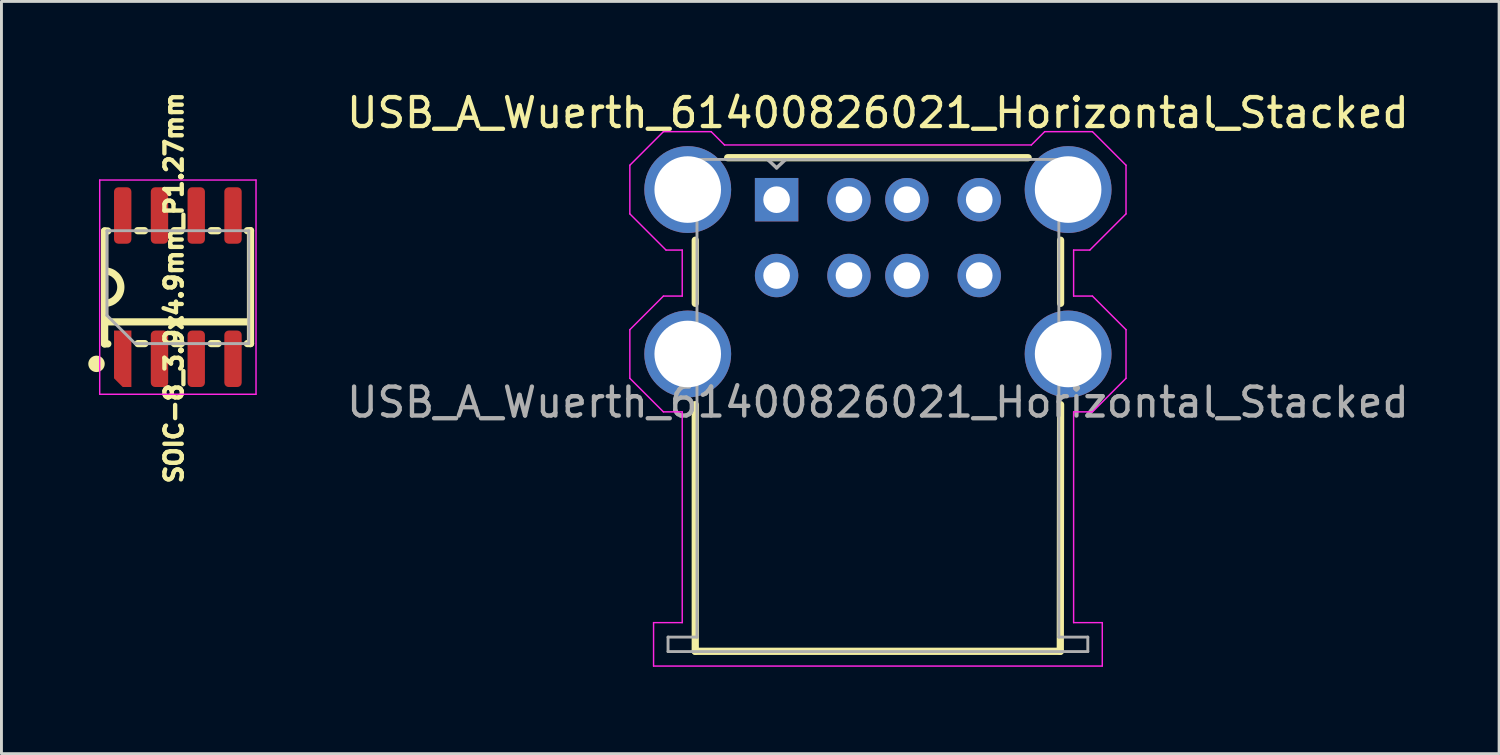
<source format=kicad_pcb>
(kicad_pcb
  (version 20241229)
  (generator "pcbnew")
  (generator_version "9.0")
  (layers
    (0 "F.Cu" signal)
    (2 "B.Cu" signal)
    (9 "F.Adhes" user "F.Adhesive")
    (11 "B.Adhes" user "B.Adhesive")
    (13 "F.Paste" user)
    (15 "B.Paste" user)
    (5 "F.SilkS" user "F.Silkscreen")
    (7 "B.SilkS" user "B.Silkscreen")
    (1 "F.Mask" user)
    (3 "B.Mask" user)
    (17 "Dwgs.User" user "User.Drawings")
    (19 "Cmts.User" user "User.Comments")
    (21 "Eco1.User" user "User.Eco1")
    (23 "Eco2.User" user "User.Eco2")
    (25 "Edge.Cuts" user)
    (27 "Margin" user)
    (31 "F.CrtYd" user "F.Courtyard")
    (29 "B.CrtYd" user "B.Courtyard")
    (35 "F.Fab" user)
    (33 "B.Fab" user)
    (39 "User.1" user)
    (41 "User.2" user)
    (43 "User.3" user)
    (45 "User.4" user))
  (footprint "SOIC-8_3.9x4.9mm_P1.27mm"
    (layer "F.Cu")
    (at 3.069 6.844)
    (property "Reference" "SOIC-8_3.9x4.9mm_P1.27mm" (at -0.11 0.05 270) (layer "F.SilkS") (effects (font (size 0.6 0.6) (thickness 0.15))))
    (attr smd)
    (fp_line (start -2.505 -1.915) (end -2.505 1.985) (stroke (width 0.25) (type solid)) (layer "F.SilkS"))
    (fp_line (start -2.475 1.225) (end 2.525 1.225) (stroke (width 0.25) (type default)) (layer "F.SilkS"))
    (fp_line (start -2.395 -1.915) (end -2.505 -1.915) (stroke (width 0.25) (type solid)) (layer "F.SilkS"))
    (fp_line (start -2.395 1.985) (end -2.505 1.985) (stroke (width 0.25) (type solid)) (layer "F.SilkS"))
    (fp_line (start -1.125 -1.925) (end -1.365 -1.925) (stroke (width 0.25) (type solid)) (layer "F.SilkS"))
    (fp_line (start -1.115 1.975) (end -1.355 1.975) (stroke (width 0.25) (type solid)) (layer "F.SilkS"))
    (fp_line (start 0.135 -1.925) (end -0.105 -1.925) (stroke (width 0.25) (type solid)) (layer "F.SilkS"))
    (fp_line (start 0.145 1.975) (end -0.095 1.975) (stroke (width 0.25) (type solid)) (layer "F.SilkS"))
    (fp_line (start 1.415 -1.925) (end 1.175 -1.925) (stroke (width 0.25) (type solid)) (layer "F.SilkS"))
    (fp_line (start 1.415 1.975) (end 1.175 1.975) (stroke (width 0.25) (type solid)) (layer "F.SilkS"))
    (fp_line (start 2.425 -1.925) (end 2.535 -1.925) (stroke (width 0.25) (type solid)) (layer "F.SilkS"))
    (fp_line (start 2.425 1.975) (end 2.535 1.975) (stroke (width 0.25) (type solid)) (layer "F.SilkS"))
    (fp_line (start 2.535 1.975) (end 2.535 -1.925) (stroke (width 0.25) (type solid)) (layer "F.SilkS"))
    (fp_arc (start -2.505 -0.535) (mid -1.941676 0.025029) (end -2.505 0.585057) (stroke (width 0.25) (type solid)) (layer "F.SilkS"))
    (fp_circle (center -2.785 2.675) (end -2.785 2.451) (stroke (width 0.12) (type solid)) (fill yes) (layer "F.SilkS"))
    (fp_line (start -2.675 -3.675) (end -2.675 3.725) (stroke (width 0.05) (type solid)) (layer "F.CrtYd"))
    (fp_line (start -2.675 3.725) (end 2.725 3.725) (stroke (width 0.05) (type solid)) (layer "F.CrtYd"))
    (fp_line (start 2.725 -3.675) (end -2.675 -3.675) (stroke (width 0.05) (type solid)) (layer "F.CrtYd"))
    (fp_line (start 2.725 3.725) (end 2.725 -3.675) (stroke (width 0.05) (type solid)) (layer "F.CrtYd"))
    (fp_line (start -2.425 -1.925) (end 2.475 -1.925) (stroke (width 0.1) (type solid)) (layer "F.Fab"))
    (fp_line (start -2.425 1) (end -2.425 -1.925) (stroke (width 0.1) (type solid)) (layer "F.Fab"))
    (fp_line (start -1.45 1.975) (end -2.425 1) (stroke (width 0.1) (type solid)) (layer "F.Fab"))
    (fp_line (start 2.475 -1.925) (end 2.475 1.975) (stroke (width 0.1) (type solid)) (layer "F.Fab"))
    (fp_line (start 2.475 1.975) (end -1.45 1.975) (stroke (width 0.1) (type solid)) (layer "F.Fab"))
    (pad "1" smd roundrect (at -1.88 2.5 90) (size 1.95 0.6) (layers "F.Cu" "F.Mask" "F.Paste") (roundrect_rratio 0) (chamfer_ratio 0.5) (chamfer top_left))
    (pad "2" smd roundrect (at -0.61 2.5 90) (size 1.95 0.6) (layers "F.Cu" "F.Mask" "F.Paste") (roundrect_rratio 0.25))
    (pad "3" smd roundrect (at 0.66 2.5 90) (size 1.95 0.6) (layers "F.Cu" "F.Mask" "F.Paste") (roundrect_rratio 0.25))
    (pad "4" smd roundrect (at 1.93 2.5 90) (size 1.95 0.6) (layers "F.Cu" "F.Mask" "F.Paste") (roundrect_rratio 0.25))
    (pad "5" smd roundrect (at 1.93 -2.45 90) (size 1.95 0.6) (layers "F.Cu" "F.Mask" "F.Paste") (roundrect_rratio 0.25))
    (pad "6" smd roundrect (at 0.66 -2.45 90) (size 1.95 0.6) (layers "F.Cu" "F.Mask" "F.Paste") (roundrect_rratio 0.25))
    (pad "7" smd roundrect (at -0.61 -2.45 90) (size 1.95 0.6) (layers "F.Cu" "F.Mask" "F.Paste") (roundrect_rratio 0.25))
    (pad "8" smd roundrect (at -1.88 -2.45 90) (size 1.95 0.6) (layers "F.Cu" "F.Mask" "F.Paste") (roundrect_rratio 0.25)))
  (footprint "USB_A_Wuerth_61400826021_Horizontal_Stacked"
    (layer "F.Cu")
    (at 23.777 3.848)
    (property "Reference" "USB_A_Wuerth_61400826021_Horizontal_Stacked" (at 3.5 -3 0) (layer "F.SilkS") (effects (font (size 1 1) (thickness 0.15))))
    (attr through_hole)
    (fp_line (start -2.81 3.58) (end -2.81 1.4) (stroke (width 0.25) (type solid)) (layer "F.SilkS"))
    (fp_line (start -2.81 15.6) (end -2.81 7.08) (stroke (width 0.25) (type solid)) (layer "F.SilkS"))
    (fp_line (start -2.81 15.6) (end 9.8 15.6) (stroke (width 0.25) (type solid)) (layer "F.SilkS"))
    (fp_line (start -1.69 -1.45) (end 8.69 -1.45) (stroke (width 0.25) (type solid)) (layer "F.SilkS"))
    (fp_line (start 9.81 3.58) (end 9.81 1.4) (stroke (width 0.25) (type solid)) (layer "F.SilkS"))
    (fp_line (start 9.81 7.08) (end 9.8 15.6) (stroke (width 0.25) (type solid)) (layer "F.SilkS"))
    (fp_line (start -5.07 -1.19) (end -5.07 0.49) (stroke (width 0.05) (type solid)) (layer "F.CrtYd"))
    (fp_line (start -5.07 0.49) (end -3.82 1.74) (stroke (width 0.05) (type solid)) (layer "F.CrtYd"))
    (fp_line (start -5.07 4.49) (end -5.07 6.17) (stroke (width 0.05) (type solid)) (layer "F.CrtYd"))
    (fp_line (start -5.07 6.17) (end -3.91 7.33) (stroke (width 0.05) (type solid)) (layer "F.CrtYd"))
    (fp_line (start -4.25 14.61) (end -4.25 16.11) (stroke (width 0.05) (type solid)) (layer "F.CrtYd"))
    (fp_line (start -4.25 16.11) (end 11.25 16.11) (stroke (width 0.05) (type solid)) (layer "F.CrtYd"))
    (fp_line (start -3.91 -2.35) (end -5.07 -1.19) (stroke (width 0.05) (type solid)) (layer "F.CrtYd"))
    (fp_line (start -3.91 3.33) (end -5.07 4.49) (stroke (width 0.05) (type solid)) (layer "F.CrtYd"))
    (fp_line (start -3.91 3.33) (end -3.26 3.33) (stroke (width 0.05) (type solid)) (layer "F.CrtYd"))
    (fp_line (start -3.82 1.74) (end -3.26 1.74) (stroke (width 0.05) (type solid)) (layer "F.CrtYd"))
    (fp_line (start -3.26 1.74) (end -3.26 3.33) (stroke (width 0.05) (type solid)) (layer "F.CrtYd"))
    (fp_line (start -3.26 7.33) (end -3.91 7.33) (stroke (width 0.05) (type solid)) (layer "F.CrtYd"))
    (fp_line (start -3.26 7.33) (end -3.26 14.61) (stroke (width 0.05) (type solid)) (layer "F.CrtYd"))
    (fp_line (start -3.26 14.61) (end -4.25 14.61) (stroke (width 0.05) (type solid)) (layer "F.CrtYd"))
    (fp_line (start -2.26 -2.35) (end -3.91 -2.35) (stroke (width 0.05) (type solid)) (layer "F.CrtYd"))
    (fp_line (start -2.26 -2.35) (end -1.8 -1.89) (stroke (width 0.05) (type solid)) (layer "F.CrtYd"))
    (fp_line (start 8.8 -1.89) (end -1.8 -1.89) (stroke (width 0.05) (type solid)) (layer "F.CrtYd"))
    (fp_line (start 9.26 -2.35) (end 8.8 -1.89) (stroke (width 0.05) (type solid)) (layer "F.CrtYd"))
    (fp_line (start 10.26 1.74) (end 10.26 3.33) (stroke (width 0.05) (type solid)) (layer "F.CrtYd"))
    (fp_line (start 10.26 1.74) (end 10.82 1.74) (stroke (width 0.05) (type solid)) (layer "F.CrtYd"))
    (fp_line (start 10.26 3.33) (end 10.91 3.33) (stroke (width 0.05) (type solid)) (layer "F.CrtYd"))
    (fp_line (start 10.26 7.33) (end 10.26 14.61) (stroke (width 0.05) (type solid)) (layer "F.CrtYd"))
    (fp_line (start 10.26 7.33) (end 10.91 7.33) (stroke (width 0.05) (type solid)) (layer "F.CrtYd"))
    (fp_line (start 10.26 14.61) (end 11.25 14.61) (stroke (width 0.05) (type solid)) (layer "F.CrtYd"))
    (fp_line (start 10.91 -2.35) (end 9.26 -2.35) (stroke (width 0.05) (type solid)) (layer "F.CrtYd"))
    (fp_line (start 10.91 -2.35) (end 12.07 -1.19) (stroke (width 0.05) (type solid)) (layer "F.CrtYd"))
    (fp_line (start 10.91 3.33) (end 12.07 4.49) (stroke (width 0.05) (type solid)) (layer "F.CrtYd"))
    (fp_line (start 11.25 14.61) (end 11.25 16.11) (stroke (width 0.05) (type solid)) (layer "F.CrtYd"))
    (fp_line (start 12.07 -1.19) (end 12.07 0.49) (stroke (width 0.05) (type solid)) (layer "F.CrtYd"))
    (fp_line (start 12.07 0.49) (end 10.82 1.74) (stroke (width 0.05) (type solid)) (layer "F.CrtYd"))
    (fp_line (start 12.07 4.49) (end 12.07 6.17) (stroke (width 0.05) (type solid)) (layer "F.CrtYd"))
    (fp_line (start 12.07 6.17) (end 10.91 7.33) (stroke (width 0.05) (type solid)) (layer "F.CrtYd"))
    (fp_line (start -3.75 15.11) (end -3.75 15.61) (stroke (width 0.1) (type solid)) (layer "F.Fab"))
    (fp_line (start -2.75 -1.39) (end -2.75 15.11) (stroke (width 0.1) (type solid)) (layer "F.Fab"))
    (fp_line (start -2.75 15.11) (end -3.75 15.11) (stroke (width 0.1) (type solid)) (layer "F.Fab"))
    (fp_line (start 0 -1.1) (end -0.3 -1.38) (stroke (width 0.12) (type solid)) (layer "F.Fab"))
    (fp_line (start 0 -1.1) (end 0.3 -1.38) (stroke (width 0.12) (type solid)) (layer "F.Fab"))
    (fp_line (start 9.75 -1.39) (end -2.75 -1.39) (stroke (width 0.1) (type solid)) (layer "F.Fab"))
    (fp_line (start 9.75 -1.39) (end 9.75 15.11) (stroke (width 0.1) (type solid)) (layer "F.Fab"))
    (fp_line (start 9.75 15.11) (end 10.75 15.11) (stroke (width 0.1) (type solid)) (layer "F.Fab"))
    (fp_line (start 10.75 15.11) (end 10.75 15.61) (stroke (width 0.1) (type solid)) (layer "F.Fab"))
    (fp_line (start 10.75 15.61) (end -3.75 15.61) (stroke (width 0.1) (type solid)) (layer "F.Fab"))
    (fp_text user "${REFERENCE}" (at 3.5 7 0) (layer "F.Fab") (effects (font (size 1 1) (thickness 0.15))))
    (pad "1" thru_hole rect (at 0 0) (size 1.5 1.5) (drill 0.92) (layers "*.Cu" "*.Mask"))
    (pad "2" thru_hole circle (at 2.5 0) (size 1.5 1.5) (drill 0.92) (layers "*.Cu" "*.Mask"))
    (pad "3" thru_hole circle (at 4.5 0) (size 1.5 1.5) (drill 0.92) (layers "*.Cu" "*.Mask"))
    (pad "4" thru_hole circle (at 7 0) (size 1.5 1.5) (drill 0.92) (layers "*.Cu" "*.Mask"))
    (pad "5" thru_hole circle (at 0 2.62) (size 1.5 1.5) (drill 0.92) (layers "*.Cu" "*.Mask"))
    (pad "6" thru_hole circle (at 2.5 2.62) (size 1.5 1.5) (drill 0.92) (layers "*.Cu" "*.Mask"))
    (pad "7" thru_hole circle (at 4.5 2.62) (size 1.5 1.5) (drill 0.92) (layers "*.Cu" "*.Mask"))
    (pad "8" thru_hole circle (at 7 2.62) (size 1.5 1.5) (drill 0.92) (layers "*.Cu" "*.Mask"))
    (pad "9" thru_hole circle (at -3.07 -0.35) (size 3 3) (drill 2.3) (layers "*.Cu" "*.Mask"))
    (pad "9" thru_hole circle (at -3.07 5.33) (size 3 3) (drill 2.3) (layers "*.Cu" "*.Mask"))
    (pad "9" thru_hole circle (at 10.07 -0.35) (size 3 3) (drill 2.3) (layers "*.Cu" "*.Mask"))
    (pad "9" thru_hole circle (at 10.07 5.33) (size 3 3) (drill 2.3) (layers "*.Cu" "*.Mask")))
  (gr_rect
    (start -3 -3)
    (end 48.735 22.983)
    (stroke (width 0.1) (type default))
    (fill no)
    (layer "Edge.Cuts")))
</source>
